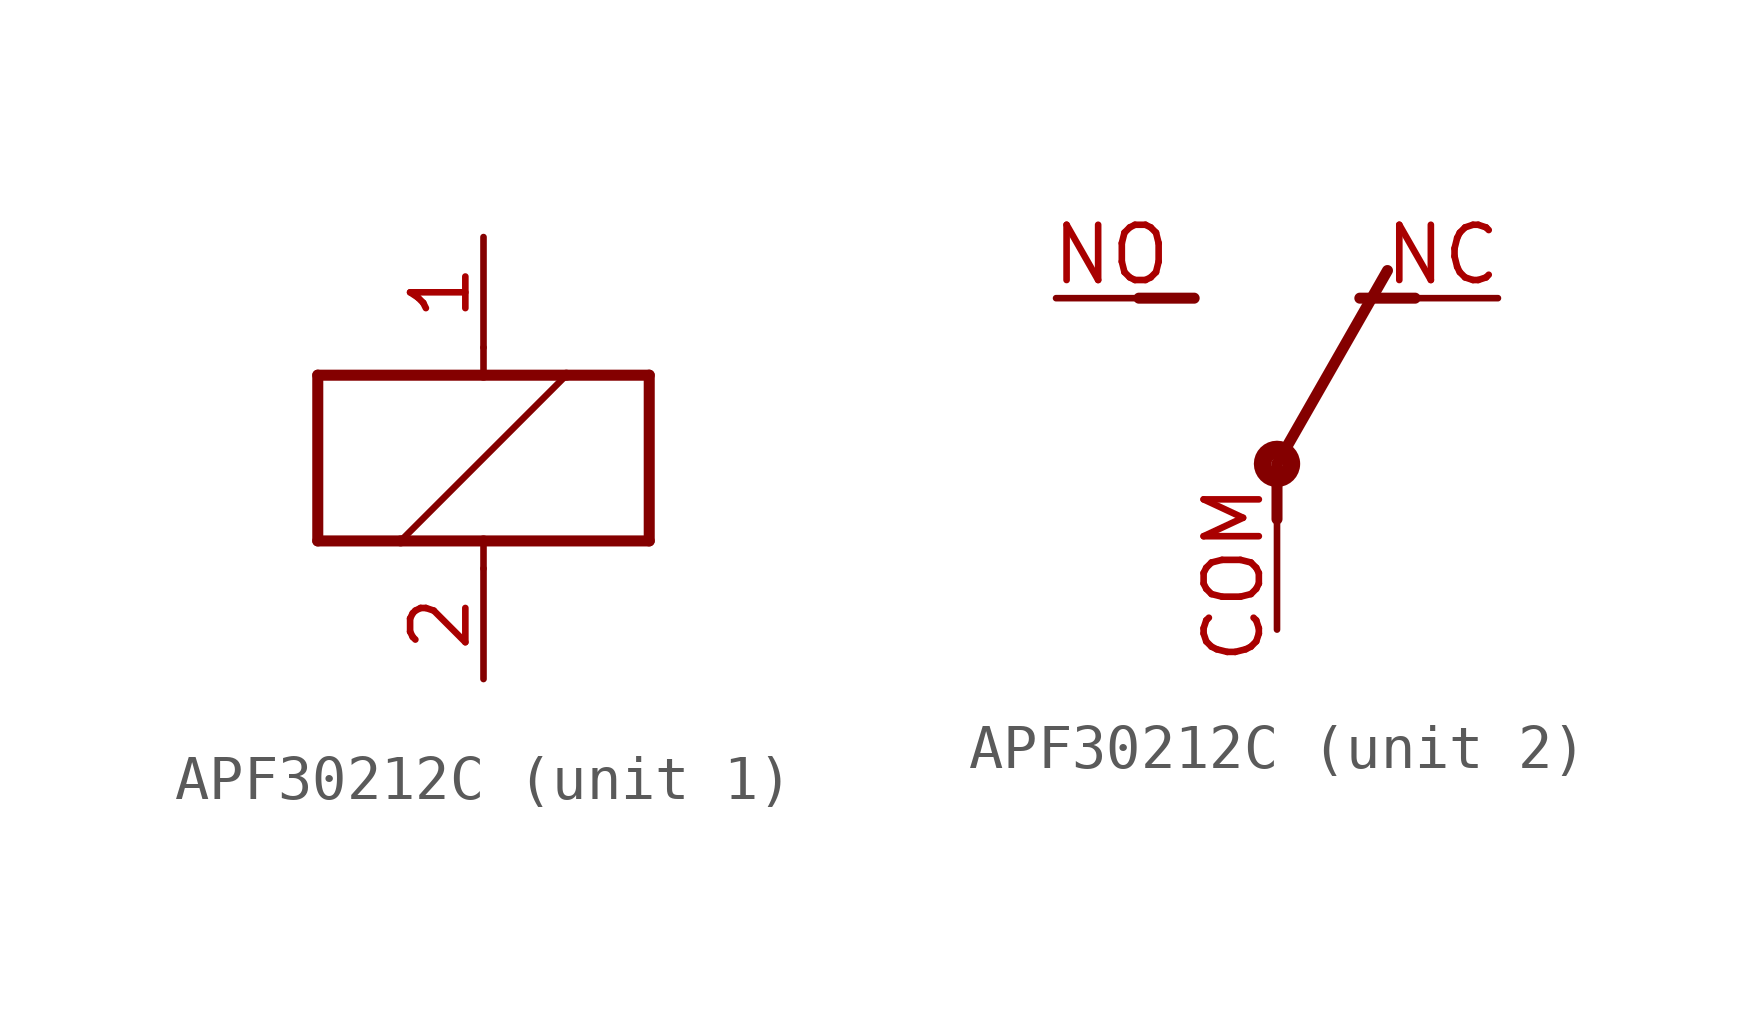
<source format=kicad_sym>
(kicad_symbol_lib
  (version 20231120)
  (generator "kicad_symbol_editor")
  (generator_version "8.0")
  (symbol "APF30212C"
    (property "Reference" "K"
      (at 2.54 0 0)
      (effects (font (size 1.778 1.511)) (justify left bottom) (hide yes)))
    (property "ki_locked" ""
      (at 0 0 0)
      (effects (font (size 1.27 1.27))))
    (symbol "APF30212C_1_0"
      (polyline (pts (xy -3.81 -1.905) (xy -1.905 -1.905)) (stroke (width 0.254) (type solid)) (fill (type none)))
      (polyline (pts (xy -3.81 1.905) (xy -3.81 -1.905)) (stroke (width 0.254) (type solid)) (fill (type none)))
      (polyline (pts (xy -1.905 -1.905) (xy 0 -1.905)) (stroke (width 0.254) (type solid)) (fill (type none)))
      (polyline (pts (xy -1.905 -1.905) (xy 1.905 1.905)) (stroke (width 0.152) (type solid)) (fill (type none)))
      (polyline (pts (xy 0 -2.54) (xy 0 -1.905)) (stroke (width 0.152) (type solid)) (fill (type none)))
      (polyline (pts (xy 0 -1.905) (xy 3.81 -1.905)) (stroke (width 0.254) (type solid)) (fill (type none)))
      (polyline (pts (xy 0 1.905) (xy -3.81 1.905)) (stroke (width 0.254) (type solid)) (fill (type none)))
      (polyline (pts (xy 0 2.54) (xy 0 1.905)) (stroke (width 0.152) (type solid)) (fill (type none)))
      (polyline (pts (xy 1.905 1.905) (xy 0 1.905)) (stroke (width 0.254) (type solid)) (fill (type none)))
      (polyline (pts (xy 3.81 -1.905) (xy 3.81 1.905)) (stroke (width 0.254) (type solid)) (fill (type none)))
      (polyline (pts (xy 3.81 1.905) (xy 1.905 1.905)) (stroke (width 0.254) (type solid)) (fill (type none)))
      (pin passive line (at 0 5.08 270) (length 2.54) (name "1" (effects (font (size 0 0)))) (number "1" (effects (font (size 1.27 1.27)))))
      (pin passive line (at 0 -5.08 90) (length 2.54) (name "2" (effects (font (size 0 0)))) (number "2" (effects (font (size 1.27 1.27))))))
    (symbol "APF30212C_2_0"
      (polyline (pts (xy -3.175 5.08) (xy -1.905 5.08)) (stroke (width 0.254) (type solid)) (fill (type none)))
      (polyline (pts (xy 0 1.27) (xy 0 0)) (stroke (width 0.254) (type solid)) (fill (type none)))
      (polyline (pts (xy 0 1.27) (xy 2.54 5.715)) (stroke (width 0.254) (type solid)) (fill (type none)))
      (polyline (pts (xy 3.175 5.08) (xy 1.905 5.08)) (stroke (width 0.254) (type solid)) (fill (type none)))
      (circle (center 0 1.27) (radius 0.127) (stroke (width 0.406) (type solid)) (fill (type none)))
      (pin passive line (at 0 -2.54 90) (length 2.54) (name "P" (effects (font (size 0 0)))) (number "COM" (effects (font (size 1.27 1.27)))))
      (pin passive line (at 5.08 5.08 180) (length 2.54) (name "O" (effects (font (size 0 0)))) (number "NC" (effects (font (size 1.27 1.27)))))
      (pin passive line (at -5.08 5.08 0) (length 2.54) (name "S" (effects (font (size 0 0)))) (number "NO" (effects (font (size 1.27 1.27))))))))
</source>
